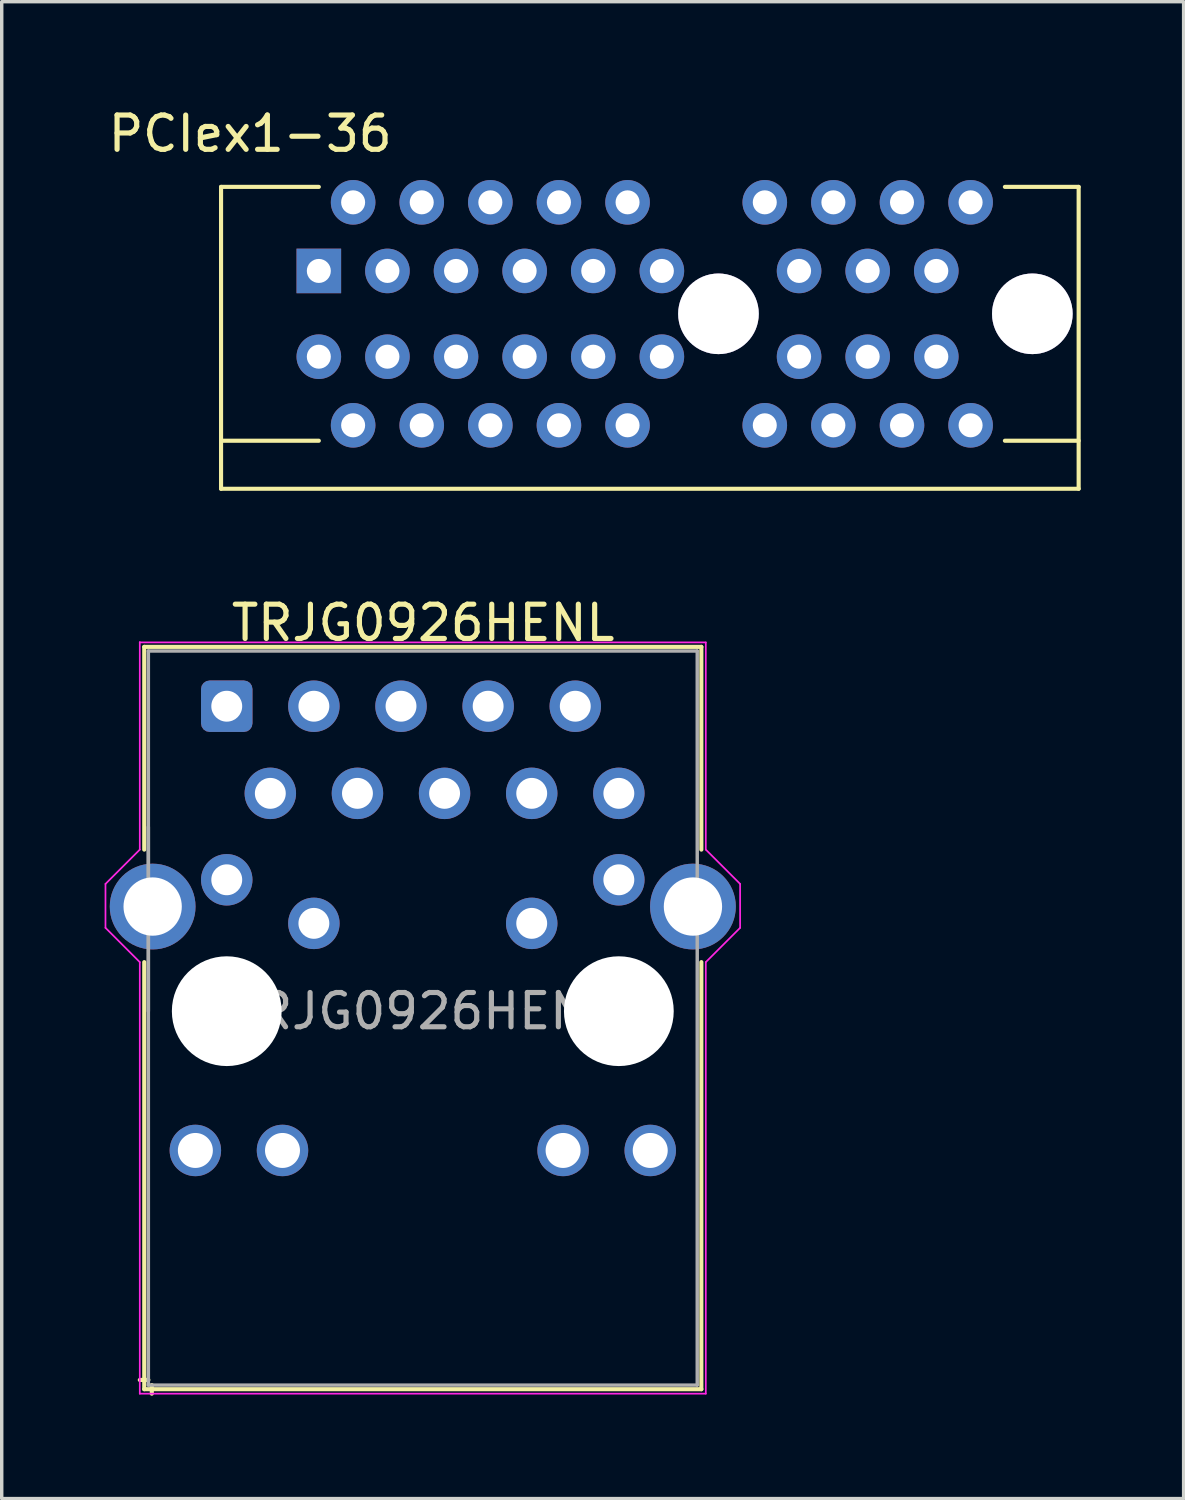
<source format=kicad_pcb>
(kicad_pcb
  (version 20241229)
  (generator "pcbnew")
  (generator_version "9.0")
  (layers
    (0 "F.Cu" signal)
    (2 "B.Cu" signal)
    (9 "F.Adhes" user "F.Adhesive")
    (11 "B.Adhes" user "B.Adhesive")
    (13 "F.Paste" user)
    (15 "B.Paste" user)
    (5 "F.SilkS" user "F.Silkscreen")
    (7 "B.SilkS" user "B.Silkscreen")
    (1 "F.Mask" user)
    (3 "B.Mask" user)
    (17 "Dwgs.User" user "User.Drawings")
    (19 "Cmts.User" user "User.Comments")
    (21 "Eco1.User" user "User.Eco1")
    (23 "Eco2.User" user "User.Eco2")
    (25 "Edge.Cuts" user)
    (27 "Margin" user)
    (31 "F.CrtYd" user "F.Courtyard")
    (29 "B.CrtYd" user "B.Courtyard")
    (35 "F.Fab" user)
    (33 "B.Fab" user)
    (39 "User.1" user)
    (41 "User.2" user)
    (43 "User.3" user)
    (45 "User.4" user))
  (footprint "PCIex1-36"
    (layer "F.Cu")
    (at 6.244 4.848)
    (property "Reference" "PCIex1-36" (at -2 -4 0) (layer "F.SilkS") (effects (font (size 1 1) (thickness 0.15))))
    (attr through_hole)
    (fp_line (start -2.85 -2.45) (end 0 -2.45) (stroke (width 0.12) (type solid)) (layer "F.SilkS"))
    (fp_line (start -2.85 6.35) (end -2.85 -2.45) (stroke (width 0.12) (type solid)) (layer "F.SilkS"))
    (fp_line (start -2.85 6.35) (end 22.15 6.35) (stroke (width 0.12) (type solid)) (layer "F.SilkS"))
    (fp_line (start 0 4.95) (end -2.85 4.95) (stroke (width 0.12) (type solid)) (layer "F.SilkS"))
    (fp_line (start 22.15 -2.45) (end 20 -2.45) (stroke (width 0.12) (type solid)) (layer "F.SilkS"))
    (fp_line (start 22.15 -2.45) (end 22.15 6.35) (stroke (width 0.12) (type solid)) (layer "F.SilkS"))
    (fp_line (start 22.15 4.95) (end 20 4.95) (stroke (width 0.12) (type solid)) (layer "F.SilkS"))
    (pad "19" thru_hole circle (at 11.65 1.25) (size 2.35 2.35) (drill 2.35) (layers "*.Cu" "*.Mask"))
    (pad "19" thru_hole circle (at 20.8 1.25) (size 2.35 2.35) (drill 2.35) (layers "*.Cu" "*.Mask"))
    (pad "A1" thru_hole rect (at 0 0) (size 1.3 1.3) (drill 0.7) (layers "*.Cu" "*.Mask"))
    (pad "A2" thru_hole circle (at 1 -2) (size 1.3 1.3) (drill 0.7) (layers "*.Cu" "*.Mask"))
    (pad "A3" thru_hole circle (at 2 0) (size 1.3 1.3) (drill 0.7) (layers "*.Cu" "*.Mask"))
    (pad "A4" thru_hole circle (at 3 -2) (size 1.3 1.3) (drill 0.7) (layers "*.Cu" "*.Mask"))
    (pad "A5" thru_hole circle (at 4 0) (size 1.3 1.3) (drill 0.7) (layers "*.Cu" "*.Mask"))
    (pad "A6" thru_hole circle (at 5 -2) (size 1.3 1.3) (drill 0.7) (layers "*.Cu" "*.Mask"))
    (pad "A7" thru_hole circle (at 6 0) (size 1.3 1.3) (drill 0.7) (layers "*.Cu" "*.Mask"))
    (pad "A8" thru_hole circle (at 7 -2) (size 1.3 1.3) (drill 0.7) (layers "*.Cu" "*.Mask"))
    (pad "A9" thru_hole circle (at 8 0) (size 1.3 1.3) (drill 0.7) (layers "*.Cu" "*.Mask"))
    (pad "A10" thru_hole circle (at 9 -2) (size 1.3 1.3) (drill 0.7) (layers "*.Cu" "*.Mask"))
    (pad "A11" thru_hole circle (at 10 0) (size 1.3 1.3) (drill 0.7) (layers "*.Cu" "*.Mask"))
    (pad "A12" thru_hole circle (at 13 -2) (size 1.3 1.3) (drill 0.7) (layers "*.Cu" "*.Mask"))
    (pad "A13" thru_hole circle (at 14 0) (size 1.3 1.3) (drill 0.7) (layers "*.Cu" "*.Mask"))
    (pad "A14" thru_hole circle (at 15 -2) (size 1.3 1.3) (drill 0.7) (layers "*.Cu" "*.Mask"))
    (pad "A15" thru_hole circle (at 16 0) (size 1.3 1.3) (drill 0.7) (layers "*.Cu" "*.Mask"))
    (pad "A16" thru_hole circle (at 17 -2) (size 1.3 1.3) (drill 0.7) (layers "*.Cu" "*.Mask"))
    (pad "A17" thru_hole circle (at 18 0) (size 1.3 1.3) (drill 0.7) (layers "*.Cu" "*.Mask"))
    (pad "A18" thru_hole circle (at 19 -2) (size 1.3 1.3) (drill 0.7) (layers "*.Cu" "*.Mask"))
    (pad "B1" thru_hole circle (at 0 2.5) (size 1.3 1.3) (drill 0.7) (layers "*.Cu" "*.Mask"))
    (pad "B2" thru_hole circle (at 1 4.5) (size 1.3 1.3) (drill 0.7) (layers "*.Cu" "*.Mask"))
    (pad "B3" thru_hole circle (at 2 2.5) (size 1.3 1.3) (drill 0.7) (layers "*.Cu" "*.Mask"))
    (pad "B4" thru_hole circle (at 3 4.5) (size 1.3 1.3) (drill 0.7) (layers "*.Cu" "*.Mask"))
    (pad "B5" thru_hole circle (at 4 2.5) (size 1.3 1.3) (drill 0.7) (layers "*.Cu" "*.Mask"))
    (pad "B6" thru_hole circle (at 5 4.5) (size 1.3 1.3) (drill 0.7) (layers "*.Cu" "*.Mask"))
    (pad "B7" thru_hole circle (at 6 2.5) (size 1.3 1.3) (drill 0.7) (layers "*.Cu" "*.Mask"))
    (pad "B8" thru_hole circle (at 7 4.5) (size 1.3 1.3) (drill 0.7) (layers "*.Cu" "*.Mask"))
    (pad "B9" thru_hole circle (at 8 2.5) (size 1.3 1.3) (drill 0.7) (layers "*.Cu" "*.Mask"))
    (pad "B10" thru_hole circle (at 9 4.5) (size 1.3 1.3) (drill 0.7) (layers "*.Cu" "*.Mask"))
    (pad "B11" thru_hole circle (at 10 2.5) (size 1.3 1.3) (drill 0.7) (layers "*.Cu" "*.Mask"))
    (pad "B12" thru_hole circle (at 13 4.5) (size 1.3 1.3) (drill 0.7) (layers "*.Cu" "*.Mask"))
    (pad "B13" thru_hole circle (at 14 2.5) (size 1.3 1.3) (drill 0.7) (layers "*.Cu" "*.Mask"))
    (pad "B14" thru_hole circle (at 15 4.5) (size 1.3 1.3) (drill 0.7) (layers "*.Cu" "*.Mask"))
    (pad "B15" thru_hole circle (at 16 2.5) (size 1.3 1.3) (drill 0.7) (layers "*.Cu" "*.Mask"))
    (pad "B16" thru_hole circle (at 17 4.5) (size 1.3 1.3) (drill 0.7) (layers "*.Cu" "*.Mask"))
    (pad "B17" thru_hole circle (at 18 2.5) (size 1.3 1.3) (drill 0.7) (layers "*.Cu" "*.Mask"))
    (pad "B18" thru_hole circle (at 19 4.5) (size 1.3 1.3) (drill 0.7) (layers "*.Cu" "*.Mask")))
  (footprint "TRJG0926HENL"
    (layer "F.Cu")
    (at 9.275 26.427)
    (property "Reference" "TRJG0926HENL" (at 0.01 -11.32 0) (layer "F.SilkS") (effects (font (size 1 1) (thickness 0.15))))
    (attr through_hole)
    (fp_line (start -8.12 -10.62) (end -8.12 -4.71) (stroke (width 0.12) (type solid)) (layer "F.SilkS"))
    (fp_line (start -8.12 -10.62) (end 8.12 -10.62) (stroke (width 0.12) (type solid)) (layer "F.SilkS"))
    (fp_line (start -8.12 -1.43) (end -8.12 11.02) (stroke (width 0.12) (type solid)) (layer "F.SilkS"))
    (fp_line (start -8 10.75) (end -8.25 10.75) (stroke (width 0.12) (type solid)) (layer "F.SilkS"))
    (fp_line (start -7.9 10.9) (end -7.9 11.15) (stroke (width 0.12) (type solid)) (layer "F.SilkS"))
    (fp_line (start 8.12 -10.62) (end 8.12 -4.71) (stroke (width 0.12) (type solid)) (layer "F.SilkS"))
    (fp_line (start 8.12 -1.43) (end 8.12 11.02) (stroke (width 0.12) (type solid)) (layer "F.SilkS"))
    (fp_line (start 8.12 11.02) (end -8.12 11.02) (stroke (width 0.12) (type solid)) (layer "F.SilkS"))
    (fp_line (start -9.25 -2.43) (end -9.25 -3.71) (stroke (width 0.05) (type solid)) (layer "F.CrtYd"))
    (fp_line (start -9.25 -2.43) (end -8.25 -1.43) (stroke (width 0.05) (type solid)) (layer "F.CrtYd"))
    (fp_line (start -8.25 -10.75) (end 8.25 -10.75) (stroke (width 0.05) (type solid)) (layer "F.CrtYd"))
    (fp_line (start -8.25 -4.71) (end -9.25 -3.71) (stroke (width 0.05) (type solid)) (layer "F.CrtYd"))
    (fp_line (start -8.25 -4.71) (end -8.25 -10.76) (stroke (width 0.05) (type solid)) (layer "F.CrtYd"))
    (fp_line (start -8.25 -1.43) (end -8.25 11.15) (stroke (width 0.05) (type solid)) (layer "F.CrtYd"))
    (fp_line (start -8.25 11.15) (end 8.25 11.15) (stroke (width 0.05) (type solid)) (layer "F.CrtYd"))
    (fp_line (start 8.25 -4.71) (end 8.25 -10.75) (stroke (width 0.05) (type solid)) (layer "F.CrtYd"))
    (fp_line (start 8.25 -4.71) (end 9.25 -3.71) (stroke (width 0.05) (type solid)) (layer "F.CrtYd"))
    (fp_line (start 8.25 -1.43) (end 8.25 11.15) (stroke (width 0.05) (type solid)) (layer "F.CrtYd"))
    (fp_line (start 9.25 -2.43) (end 8.25 -1.43) (stroke (width 0.05) (type solid)) (layer "F.CrtYd"))
    (fp_line (start 9.25 -2.43) (end 9.25 -3.71) (stroke (width 0.05) (type solid)) (layer "F.CrtYd"))
    (fp_line (start -8 -10.5) (end -8 0) (stroke (width 0.1) (type solid)) (layer "F.Fab"))
    (fp_line (start -8 -10.5) (end 8 -10.5) (stroke (width 0.1) (type solid)) (layer "F.Fab"))
    (fp_line (start -8 -5.37) (end -8 10.9) (stroke (width 0.1) (type solid)) (layer "F.Fab"))
    (fp_line (start -8 10.9) (end 8 10.9) (stroke (width 0.1) (type solid)) (layer "F.Fab"))
    (fp_line (start 8 -10.5) (end 8 10.9) (stroke (width 0.1) (type solid)) (layer "F.Fab"))
    (fp_text user "${REFERENCE}" (at 0 0 0) (layer "F.Fab") (effects (font (size 1 1) (thickness 0.15))))
    (pad "" np_thru_hole circle (at -5.715 0) (size 3.2 3.2) (drill 3.2) (layers "*.Cu" "*.Mask"))
    (pad "" np_thru_hole circle (at 5.715 0) (size 3.2 3.2) (drill 3.2) (layers "*.Cu" "*.Mask"))
    (pad "1" thru_hole roundrect (at -5.715 -8.89) (size 1.5 1.5) (drill 0.9) (layers "*.Cu" "*.Mask") (roundrect_rratio 0.167))
    (pad "2" thru_hole circle (at -4.445 -6.35) (size 1.5 1.5) (drill 0.9) (layers "*.Cu" "*.Mask"))
    (pad "3" thru_hole circle (at -3.175 -8.89) (size 1.5 1.5) (drill 0.9) (layers "*.Cu" "*.Mask"))
    (pad "4" thru_hole circle (at -1.905 -6.35) (size 1.5 1.5) (drill 0.9) (layers "*.Cu" "*.Mask"))
    (pad "5" thru_hole circle (at -0.635 -8.89) (size 1.5 1.5) (drill 0.9) (layers "*.Cu" "*.Mask"))
    (pad "6" thru_hole circle (at 0.635 -6.35 90) (size 1.5 1.5) (drill 0.9) (layers "*.Cu" "*.Mask"))
    (pad "7" thru_hole circle (at 1.905 -8.89) (size 1.5 1.5) (drill 0.9) (layers "*.Cu" "*.Mask"))
    (pad "8" thru_hole circle (at 3.175 -6.35) (size 1.5 1.5) (drill 0.9) (layers "*.Cu" "*.Mask"))
    (pad "9" thru_hole circle (at 4.445 -8.89) (size 1.5 1.5) (drill 0.9) (layers "*.Cu" "*.Mask"))
    (pad "10" thru_hole circle (at 5.715 -6.35) (size 1.5 1.5) (drill 0.9) (layers "*.Cu" "*.Mask"))
    (pad "11" thru_hole circle (at -5.715 -3.83) (size 1.5 1.5) (drill 0.9) (layers "*.Cu" "*.Mask"))
    (pad "12" thru_hole circle (at -3.175 -2.56) (size 1.5 1.5) (drill 0.9) (layers "*.Cu" "*.Mask"))
    (pad "13" thru_hole circle (at 3.175 -2.56) (size 1.5 1.5) (drill 0.9) (layers "*.Cu" "*.Mask"))
    (pad "14" thru_hole circle (at 5.715 -3.83) (size 1.5 1.5) (drill 0.9) (layers "*.Cu" "*.Mask"))
    (pad "15" thru_hole circle (at -6.63 4.06) (size 1.5 1.5) (drill 1.02) (layers "*.Cu" "*.Mask"))
    (pad "16" thru_hole circle (at -4.09 4.06) (size 1.5 1.5) (drill 1.02) (layers "*.Cu" "*.Mask"))
    (pad "17" thru_hole circle (at 4.09 4.06) (size 1.5 1.5) (drill 1.02) (layers "*.Cu" "*.Mask"))
    (pad "18" thru_hole circle (at 6.63 4.06) (size 1.5 1.5) (drill 1.02) (layers "*.Cu" "*.Mask"))
    (pad "19" thru_hole circle (at -7.875 -3.05) (size 2.5 2.5) (drill 1.7) (layers "*.Cu" "*.Mask"))
    (pad "20" thru_hole circle (at 7.875 -3.05) (size 2.5 2.5) (drill 1.7) (layers "*.Cu" "*.Mask")))
  (gr_rect
    (start -3 -3)
    (end 31.454 40.636)
    (stroke (width 0.1) (type default))
    (fill no)
    (layer "Edge.Cuts")))
</source>
